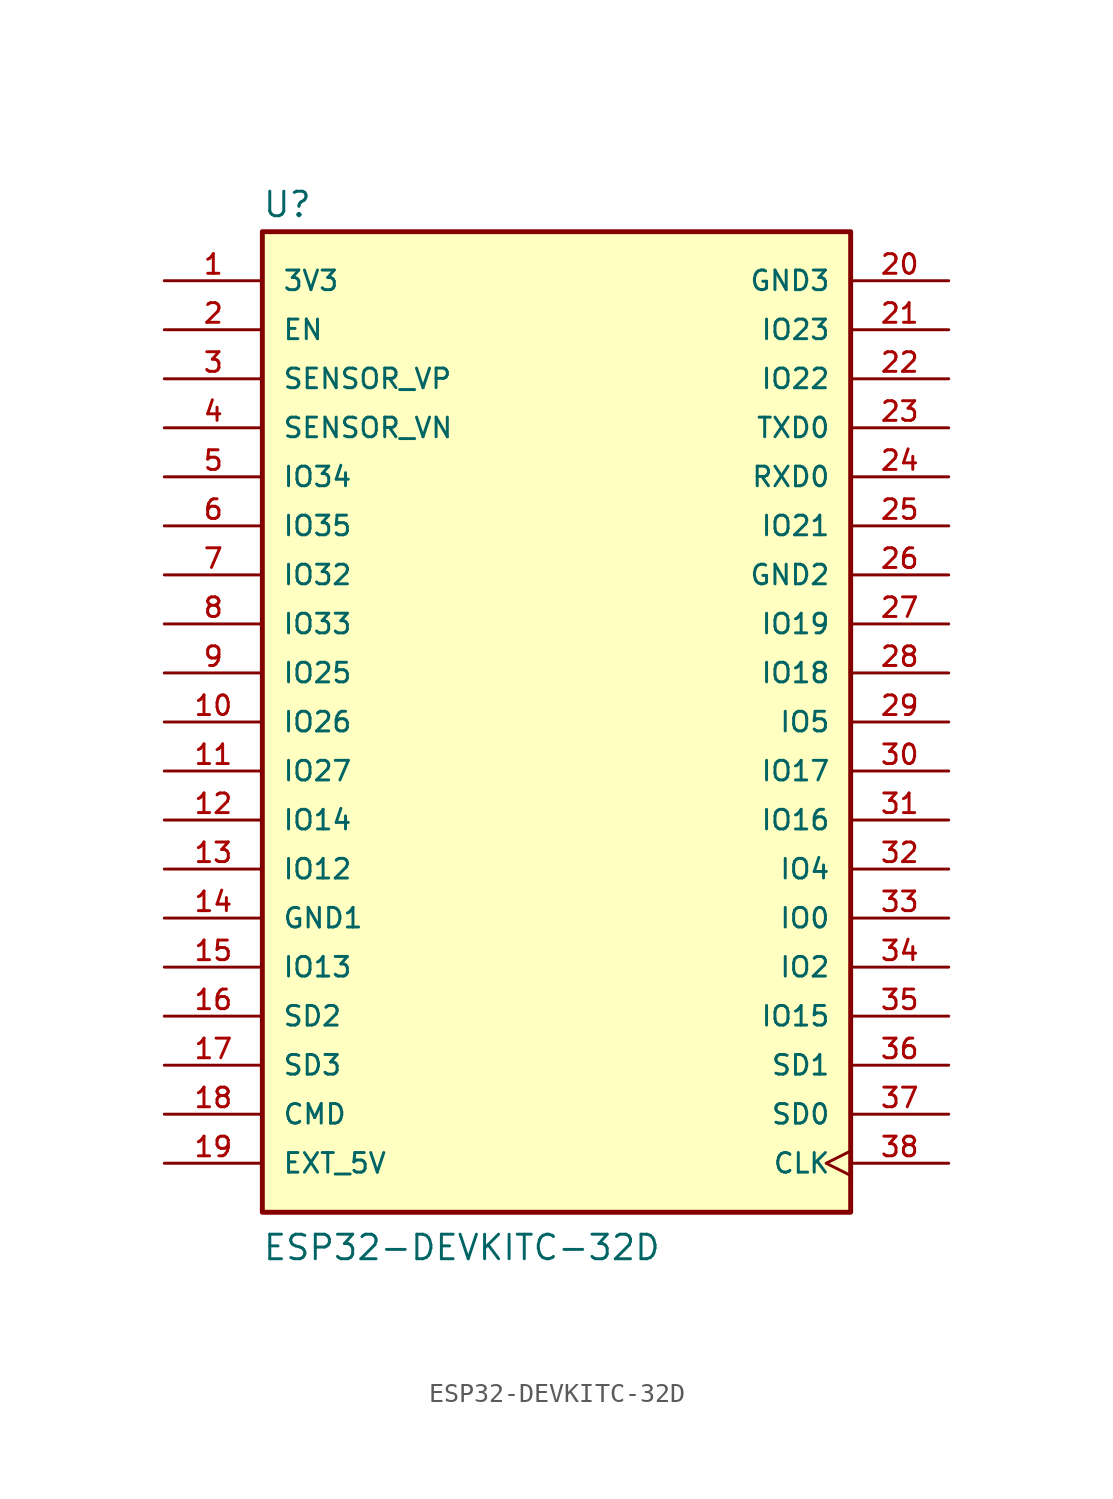
<source format=kicad_sym>
(kicad_symbol_lib
  (version 20211014)
  (generator kicad_symbol_editor)
  (symbol "ESP32-DEVKITC-32D"
    (pin_names
      (offset 1.016))
    (property "Reference" "U"
      (at -15.257 26.064 0)
      (effects (font (size 1.27 1.27)) (justify left bottom)))
    (property "Value" "ESP32-DEVKITC-32D"
      (at -15.256 -27.97 0)
      (effects (font (size 1.27 1.27)) (justify left bottom)))
    (symbol "ESP32-DEVKITC-32D_0_0"
      (rectangle (start -15.24 -25.4) (end 15.24 25.4) (stroke (width 0.254) (type default) (color 0 0 0 0)) (fill (type background)))
      (pin power_in line (at -20.32 22.86 0) (length 5.08) (name "3V3" (effects (font (size 1.016 1.016)))) (number "1" (effects (font (size 1.016 1.016)))))
      (pin bidirectional line (at -20.32 0 0) (length 5.08) (name "IO26" (effects (font (size 1.016 1.016)))) (number "10" (effects (font (size 1.016 1.016)))))
      (pin bidirectional line (at -20.32 -2.54 0) (length 5.08) (name "IO27" (effects (font (size 1.016 1.016)))) (number "11" (effects (font (size 1.016 1.016)))))
      (pin bidirectional line (at -20.32 -5.08 0) (length 5.08) (name "IO14" (effects (font (size 1.016 1.016)))) (number "12" (effects (font (size 1.016 1.016)))))
      (pin bidirectional line (at -20.32 -7.62 0) (length 5.08) (name "IO12" (effects (font (size 1.016 1.016)))) (number "13" (effects (font (size 1.016 1.016)))))
      (pin power_in line (at -20.32 -10.16 0) (length 5.08) (name "GND1" (effects (font (size 1.016 1.016)))) (number "14" (effects (font (size 1.016 1.016)))))
      (pin bidirectional line (at -20.32 -12.7 0) (length 5.08) (name "IO13" (effects (font (size 1.016 1.016)))) (number "15" (effects (font (size 1.016 1.016)))))
      (pin bidirectional line (at -20.32 -15.24 0) (length 5.08) (name "SD2" (effects (font (size 1.016 1.016)))) (number "16" (effects (font (size 1.016 1.016)))))
      (pin bidirectional line (at -20.32 -17.78 0) (length 5.08) (name "SD3" (effects (font (size 1.016 1.016)))) (number "17" (effects (font (size 1.016 1.016)))))
      (pin bidirectional line (at -20.32 -20.32 0) (length 5.08) (name "CMD" (effects (font (size 1.016 1.016)))) (number "18" (effects (font (size 1.016 1.016)))))
      (pin power_in line (at -20.32 -22.86 0) (length 5.08) (name "EXT_5V" (effects (font (size 1.016 1.016)))) (number "19" (effects (font (size 1.016 1.016)))))
      (pin input line (at -20.32 20.32 0) (length 5.08) (name "EN" (effects (font (size 1.016 1.016)))) (number "2" (effects (font (size 1.016 1.016)))))
      (pin power_in line (at 20.32 22.86 180) (length 5.08) (name "GND3" (effects (font (size 1.016 1.016)))) (number "20" (effects (font (size 1.016 1.016)))))
      (pin bidirectional line (at 20.32 20.32 180) (length 5.08) (name "IO23" (effects (font (size 1.016 1.016)))) (number "21" (effects (font (size 1.016 1.016)))))
      (pin bidirectional line (at 20.32 17.78 180) (length 5.08) (name "IO22" (effects (font (size 1.016 1.016)))) (number "22" (effects (font (size 1.016 1.016)))))
      (pin output line (at 20.32 15.24 180) (length 5.08) (name "TXD0" (effects (font (size 1.016 1.016)))) (number "23" (effects (font (size 1.016 1.016)))))
      (pin input line (at 20.32 12.7 180) (length 5.08) (name "RXD0" (effects (font (size 1.016 1.016)))) (number "24" (effects (font (size 1.016 1.016)))))
      (pin bidirectional line (at 20.32 10.16 180) (length 5.08) (name "IO21" (effects (font (size 1.016 1.016)))) (number "25" (effects (font (size 1.016 1.016)))))
      (pin power_in line (at 20.32 7.62 180) (length 5.08) (name "GND2" (effects (font (size 1.016 1.016)))) (number "26" (effects (font (size 1.016 1.016)))))
      (pin bidirectional line (at 20.32 5.08 180) (length 5.08) (name "IO19" (effects (font (size 1.016 1.016)))) (number "27" (effects (font (size 1.016 1.016)))))
      (pin bidirectional line (at 20.32 2.54 180) (length 5.08) (name "IO18" (effects (font (size 1.016 1.016)))) (number "28" (effects (font (size 1.016 1.016)))))
      (pin bidirectional line (at 20.32 0 180) (length 5.08) (name "IO5" (effects (font (size 1.016 1.016)))) (number "29" (effects (font (size 1.016 1.016)))))
      (pin input line (at -20.32 17.78 0) (length 5.08) (name "SENSOR_VP" (effects (font (size 1.016 1.016)))) (number "3" (effects (font (size 1.016 1.016)))))
      (pin bidirectional line (at 20.32 -2.54 180) (length 5.08) (name "IO17" (effects (font (size 1.016 1.016)))) (number "30" (effects (font (size 1.016 1.016)))))
      (pin bidirectional line (at 20.32 -5.08 180) (length 5.08) (name "IO16" (effects (font (size 1.016 1.016)))) (number "31" (effects (font (size 1.016 1.016)))))
      (pin bidirectional line (at 20.32 -7.62 180) (length 5.08) (name "IO4" (effects (font (size 1.016 1.016)))) (number "32" (effects (font (size 1.016 1.016)))))
      (pin bidirectional line (at 20.32 -10.16 180) (length 5.08) (name "IO0" (effects (font (size 1.016 1.016)))) (number "33" (effects (font (size 1.016 1.016)))))
      (pin bidirectional line (at 20.32 -12.7 180) (length 5.08) (name "IO2" (effects (font (size 1.016 1.016)))) (number "34" (effects (font (size 1.016 1.016)))))
      (pin bidirectional line (at 20.32 -15.24 180) (length 5.08) (name "IO15" (effects (font (size 1.016 1.016)))) (number "35" (effects (font (size 1.016 1.016)))))
      (pin bidirectional line (at 20.32 -17.78 180) (length 5.08) (name "SD1" (effects (font (size 1.016 1.016)))) (number "36" (effects (font (size 1.016 1.016)))))
      (pin bidirectional line (at 20.32 -20.32 180) (length 5.08) (name "SD0" (effects (font (size 1.016 1.016)))) (number "37" (effects (font (size 1.016 1.016)))))
      (pin input clock (at 20.32 -22.86 180) (length 5.08) (name "CLK" (effects (font (size 1.016 1.016)))) (number "38" (effects (font (size 1.016 1.016)))))
      (pin input line (at -20.32 15.24 0) (length 5.08) (name "SENSOR_VN" (effects (font (size 1.016 1.016)))) (number "4" (effects (font (size 1.016 1.016)))))
      (pin bidirectional line (at -20.32 12.7 0) (length 5.08) (name "IO34" (effects (font (size 1.016 1.016)))) (number "5" (effects (font (size 1.016 1.016)))))
      (pin bidirectional line (at -20.32 10.16 0) (length 5.08) (name "IO35" (effects (font (size 1.016 1.016)))) (number "6" (effects (font (size 1.016 1.016)))))
      (pin bidirectional line (at -20.32 7.62 0) (length 5.08) (name "IO32" (effects (font (size 1.016 1.016)))) (number "7" (effects (font (size 1.016 1.016)))))
      (pin bidirectional line (at -20.32 5.08 0) (length 5.08) (name "IO33" (effects (font (size 1.016 1.016)))) (number "8" (effects (font (size 1.016 1.016)))))
      (pin bidirectional line (at -20.32 2.54 0) (length 5.08) (name "IO25" (effects (font (size 1.016 1.016)))) (number "9" (effects (font (size 1.016 1.016))))))))
</source>
